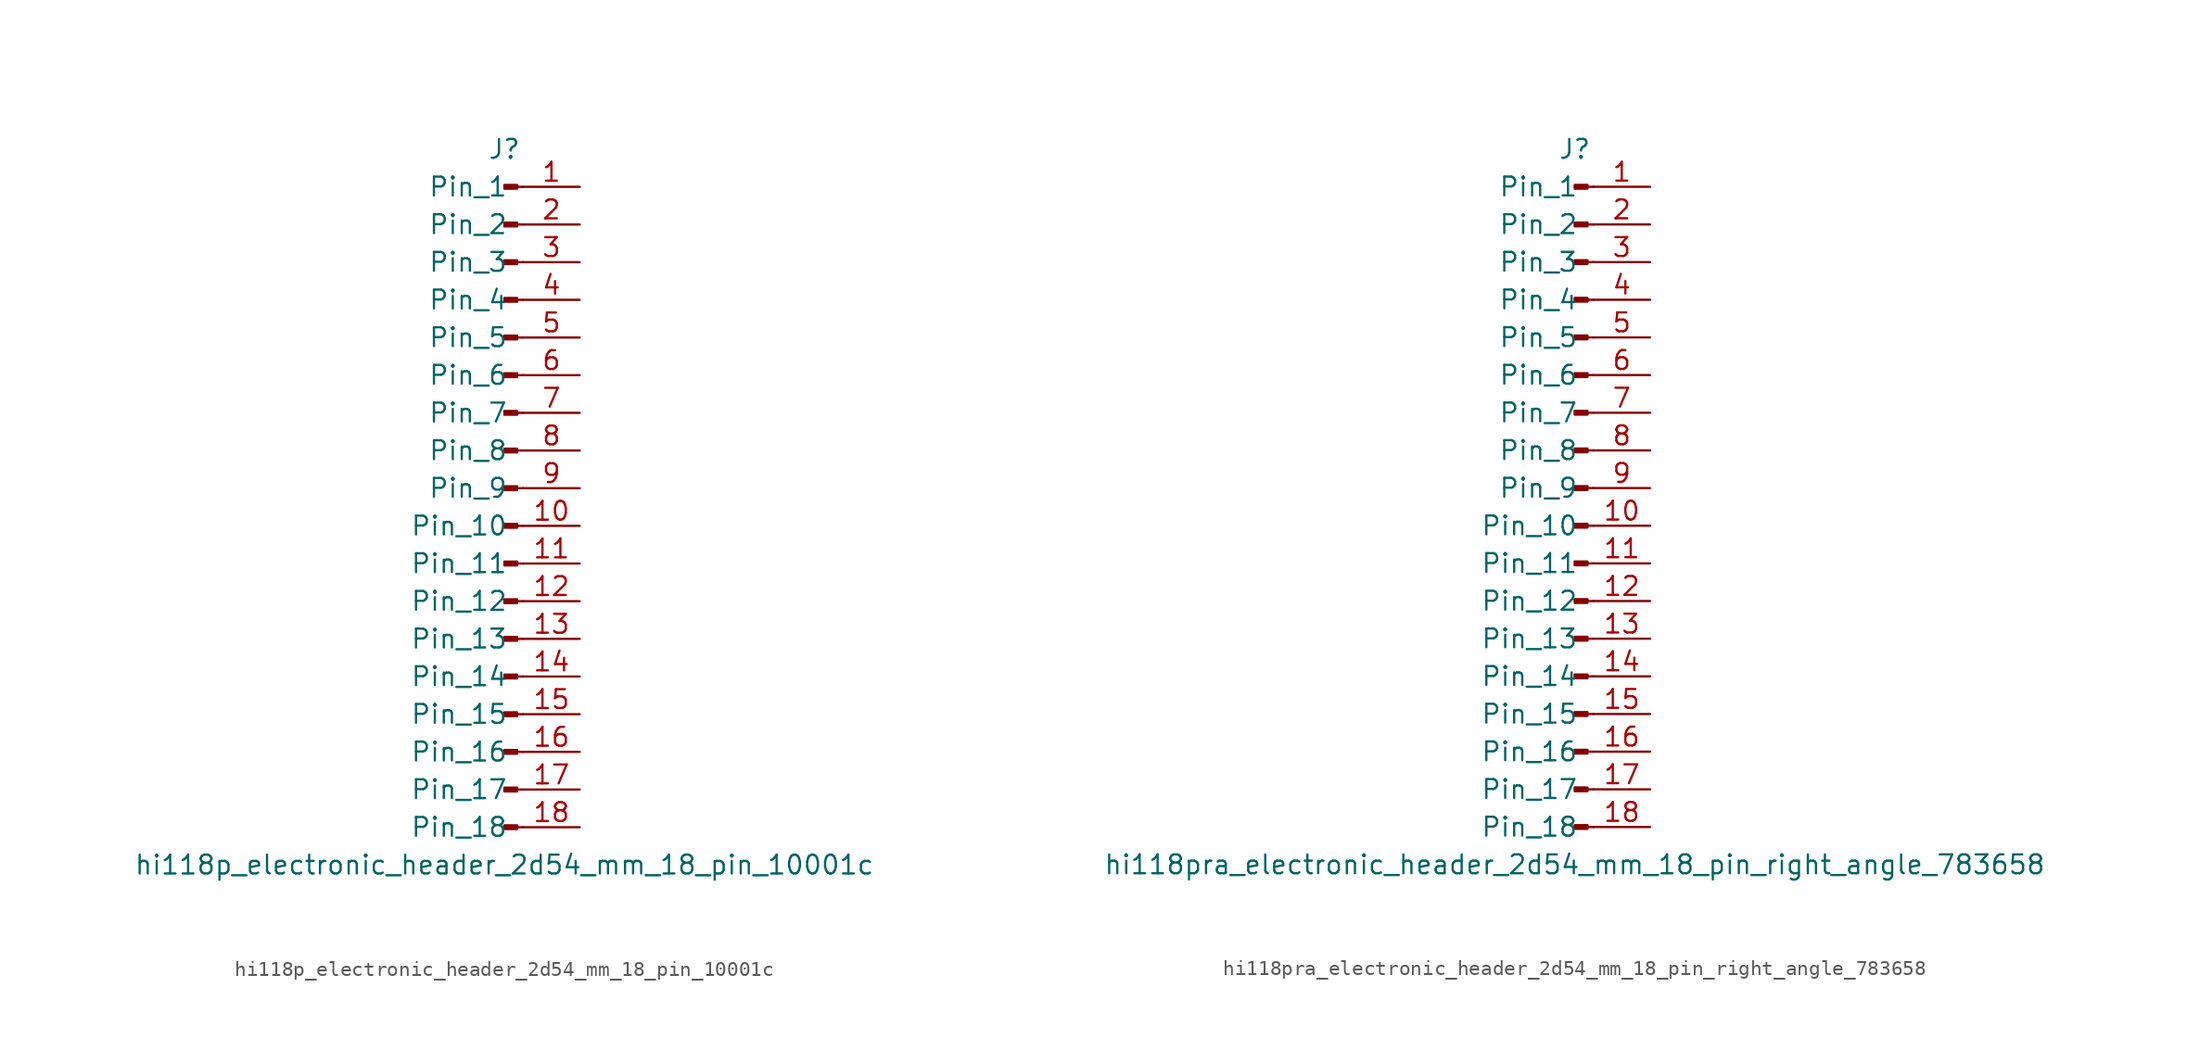
<source format=kicad_sym>
(kicad_symbol_lib
  (version 20220914)
  (generator kicad_symbol_editor)
  (symbol "hi118p_electronic_header_2d54_mm_18_pin_10001c"
    (pin_names
      (offset 1.016))
    (property "Reference" "J"
      (at 0 22.86 0)
      (effects (font (size 1.27 1.27))))
    (property "Value" "hi118p_electronic_header_2d54_mm_18_pin_10001c"
      (at 0 -25.4 0)
      (effects (font (size 1.27 1.27))))
    (property "ki_locked" ""
      (at 0 0 0)
      (effects (font (size 1.27 1.27))))
    (symbol "hi118p_electronic_header_2d54_mm_18_pin_10001c_1_1"
      (polyline (pts (xy 1.27 -22.86) (xy 0.864 -22.86)) (stroke (width 0.152) (type default)) (fill (type none)))
      (polyline (pts (xy 1.27 -20.32) (xy 0.864 -20.32)) (stroke (width 0.152) (type default)) (fill (type none)))
      (polyline (pts (xy 1.27 -17.78) (xy 0.864 -17.78)) (stroke (width 0.152) (type default)) (fill (type none)))
      (polyline (pts (xy 1.27 -15.24) (xy 0.864 -15.24)) (stroke (width 0.152) (type default)) (fill (type none)))
      (polyline (pts (xy 1.27 -12.7) (xy 0.864 -12.7)) (stroke (width 0.152) (type default)) (fill (type none)))
      (polyline (pts (xy 1.27 -10.16) (xy 0.864 -10.16)) (stroke (width 0.152) (type default)) (fill (type none)))
      (polyline (pts (xy 1.27 -7.62) (xy 0.864 -7.62)) (stroke (width 0.152) (type default)) (fill (type none)))
      (polyline (pts (xy 1.27 -5.08) (xy 0.864 -5.08)) (stroke (width 0.152) (type default)) (fill (type none)))
      (polyline (pts (xy 1.27 -2.54) (xy 0.864 -2.54)) (stroke (width 0.152) (type default)) (fill (type none)))
      (polyline (pts (xy 1.27 0) (xy 0.864 0)) (stroke (width 0.152) (type default)) (fill (type none)))
      (polyline (pts (xy 1.27 2.54) (xy 0.864 2.54)) (stroke (width 0.152) (type default)) (fill (type none)))
      (polyline (pts (xy 1.27 5.08) (xy 0.864 5.08)) (stroke (width 0.152) (type default)) (fill (type none)))
      (polyline (pts (xy 1.27 7.62) (xy 0.864 7.62)) (stroke (width 0.152) (type default)) (fill (type none)))
      (polyline (pts (xy 1.27 10.16) (xy 0.864 10.16)) (stroke (width 0.152) (type default)) (fill (type none)))
      (polyline (pts (xy 1.27 12.7) (xy 0.864 12.7)) (stroke (width 0.152) (type default)) (fill (type none)))
      (polyline (pts (xy 1.27 15.24) (xy 0.864 15.24)) (stroke (width 0.152) (type default)) (fill (type none)))
      (polyline (pts (xy 1.27 17.78) (xy 0.864 17.78)) (stroke (width 0.152) (type default)) (fill (type none)))
      (polyline (pts (xy 1.27 20.32) (xy 0.864 20.32)) (stroke (width 0.152) (type default)) (fill (type none)))
      (rectangle (start 0.864 -22.733) (end 0 -22.987) (stroke (width 0.152) (type default)) (fill (type outline)))
      (rectangle (start 0.864 -20.193) (end 0 -20.447) (stroke (width 0.152) (type default)) (fill (type outline)))
      (rectangle (start 0.864 -17.653) (end 0 -17.907) (stroke (width 0.152) (type default)) (fill (type outline)))
      (rectangle (start 0.864 -15.113) (end 0 -15.367) (stroke (width 0.152) (type default)) (fill (type outline)))
      (rectangle (start 0.864 -12.573) (end 0 -12.827) (stroke (width 0.152) (type default)) (fill (type outline)))
      (rectangle (start 0.864 -10.033) (end 0 -10.287) (stroke (width 0.152) (type default)) (fill (type outline)))
      (rectangle (start 0.864 -7.493) (end 0 -7.747) (stroke (width 0.152) (type default)) (fill (type outline)))
      (rectangle (start 0.864 -4.953) (end 0 -5.207) (stroke (width 0.152) (type default)) (fill (type outline)))
      (rectangle (start 0.864 -2.413) (end 0 -2.667) (stroke (width 0.152) (type default)) (fill (type outline)))
      (rectangle (start 0.864 0.127) (end 0 -0.127) (stroke (width 0.152) (type default)) (fill (type outline)))
      (rectangle (start 0.864 2.667) (end 0 2.413) (stroke (width 0.152) (type default)) (fill (type outline)))
      (rectangle (start 0.864 5.207) (end 0 4.953) (stroke (width 0.152) (type default)) (fill (type outline)))
      (rectangle (start 0.864 7.747) (end 0 7.493) (stroke (width 0.152) (type default)) (fill (type outline)))
      (rectangle (start 0.864 10.287) (end 0 10.033) (stroke (width 0.152) (type default)) (fill (type outline)))
      (rectangle (start 0.864 12.827) (end 0 12.573) (stroke (width 0.152) (type default)) (fill (type outline)))
      (rectangle (start 0.864 15.367) (end 0 15.113) (stroke (width 0.152) (type default)) (fill (type outline)))
      (rectangle (start 0.864 17.907) (end 0 17.653) (stroke (width 0.152) (type default)) (fill (type outline)))
      (rectangle (start 0.864 20.447) (end 0 20.193) (stroke (width 0.152) (type default)) (fill (type outline)))
      (pin passive line (at 5.08 20.32 180) (length 3.81) (name "Pin_1" (effects (font (size 1.27 1.27)))) (number "1" (effects (font (size 1.27 1.27)))))
      (pin passive line (at 5.08 -2.54 180) (length 3.81) (name "Pin_10" (effects (font (size 1.27 1.27)))) (number "10" (effects (font (size 1.27 1.27)))))
      (pin passive line (at 5.08 -5.08 180) (length 3.81) (name "Pin_11" (effects (font (size 1.27 1.27)))) (number "11" (effects (font (size 1.27 1.27)))))
      (pin passive line (at 5.08 -7.62 180) (length 3.81) (name "Pin_12" (effects (font (size 1.27 1.27)))) (number "12" (effects (font (size 1.27 1.27)))))
      (pin passive line (at 5.08 -10.16 180) (length 3.81) (name "Pin_13" (effects (font (size 1.27 1.27)))) (number "13" (effects (font (size 1.27 1.27)))))
      (pin passive line (at 5.08 -12.7 180) (length 3.81) (name "Pin_14" (effects (font (size 1.27 1.27)))) (number "14" (effects (font (size 1.27 1.27)))))
      (pin passive line (at 5.08 -15.24 180) (length 3.81) (name "Pin_15" (effects (font (size 1.27 1.27)))) (number "15" (effects (font (size 1.27 1.27)))))
      (pin passive line (at 5.08 -17.78 180) (length 3.81) (name "Pin_16" (effects (font (size 1.27 1.27)))) (number "16" (effects (font (size 1.27 1.27)))))
      (pin passive line (at 5.08 -20.32 180) (length 3.81) (name "Pin_17" (effects (font (size 1.27 1.27)))) (number "17" (effects (font (size 1.27 1.27)))))
      (pin passive line (at 5.08 -22.86 180) (length 3.81) (name "Pin_18" (effects (font (size 1.27 1.27)))) (number "18" (effects (font (size 1.27 1.27)))))
      (pin passive line (at 5.08 17.78 180) (length 3.81) (name "Pin_2" (effects (font (size 1.27 1.27)))) (number "2" (effects (font (size 1.27 1.27)))))
      (pin passive line (at 5.08 15.24 180) (length 3.81) (name "Pin_3" (effects (font (size 1.27 1.27)))) (number "3" (effects (font (size 1.27 1.27)))))
      (pin passive line (at 5.08 12.7 180) (length 3.81) (name "Pin_4" (effects (font (size 1.27 1.27)))) (number "4" (effects (font (size 1.27 1.27)))))
      (pin passive line (at 5.08 10.16 180) (length 3.81) (name "Pin_5" (effects (font (size 1.27 1.27)))) (number "5" (effects (font (size 1.27 1.27)))))
      (pin passive line (at 5.08 7.62 180) (length 3.81) (name "Pin_6" (effects (font (size 1.27 1.27)))) (number "6" (effects (font (size 1.27 1.27)))))
      (pin passive line (at 5.08 5.08 180) (length 3.81) (name "Pin_7" (effects (font (size 1.27 1.27)))) (number "7" (effects (font (size 1.27 1.27)))))
      (pin passive line (at 5.08 2.54 180) (length 3.81) (name "Pin_8" (effects (font (size 1.27 1.27)))) (number "8" (effects (font (size 1.27 1.27)))))
      (pin passive line (at 5.08 0 180) (length 3.81) (name "Pin_9" (effects (font (size 1.27 1.27)))) (number "9" (effects (font (size 1.27 1.27)))))))
  (symbol "hi118pra_electronic_header_2d54_mm_18_pin_right_angle_783658"
    (pin_names
      (offset 1.016))
    (property "Reference" "J"
      (at 0 22.86 0)
      (effects (font (size 1.27 1.27))))
    (property "Value" "hi118pra_electronic_header_2d54_mm_18_pin_right_angle_783658"
      (at 0 -25.4 0)
      (effects (font (size 1.27 1.27))))
    (property "ki_locked" ""
      (at 0 0 0)
      (effects (font (size 1.27 1.27))))
    (symbol "hi118pra_electronic_header_2d54_mm_18_pin_right_angle_783658_1_1"
      (polyline (pts (xy 1.27 -22.86) (xy 0.864 -22.86)) (stroke (width 0.152) (type default)) (fill (type none)))
      (polyline (pts (xy 1.27 -20.32) (xy 0.864 -20.32)) (stroke (width 0.152) (type default)) (fill (type none)))
      (polyline (pts (xy 1.27 -17.78) (xy 0.864 -17.78)) (stroke (width 0.152) (type default)) (fill (type none)))
      (polyline (pts (xy 1.27 -15.24) (xy 0.864 -15.24)) (stroke (width 0.152) (type default)) (fill (type none)))
      (polyline (pts (xy 1.27 -12.7) (xy 0.864 -12.7)) (stroke (width 0.152) (type default)) (fill (type none)))
      (polyline (pts (xy 1.27 -10.16) (xy 0.864 -10.16)) (stroke (width 0.152) (type default)) (fill (type none)))
      (polyline (pts (xy 1.27 -7.62) (xy 0.864 -7.62)) (stroke (width 0.152) (type default)) (fill (type none)))
      (polyline (pts (xy 1.27 -5.08) (xy 0.864 -5.08)) (stroke (width 0.152) (type default)) (fill (type none)))
      (polyline (pts (xy 1.27 -2.54) (xy 0.864 -2.54)) (stroke (width 0.152) (type default)) (fill (type none)))
      (polyline (pts (xy 1.27 0) (xy 0.864 0)) (stroke (width 0.152) (type default)) (fill (type none)))
      (polyline (pts (xy 1.27 2.54) (xy 0.864 2.54)) (stroke (width 0.152) (type default)) (fill (type none)))
      (polyline (pts (xy 1.27 5.08) (xy 0.864 5.08)) (stroke (width 0.152) (type default)) (fill (type none)))
      (polyline (pts (xy 1.27 7.62) (xy 0.864 7.62)) (stroke (width 0.152) (type default)) (fill (type none)))
      (polyline (pts (xy 1.27 10.16) (xy 0.864 10.16)) (stroke (width 0.152) (type default)) (fill (type none)))
      (polyline (pts (xy 1.27 12.7) (xy 0.864 12.7)) (stroke (width 0.152) (type default)) (fill (type none)))
      (polyline (pts (xy 1.27 15.24) (xy 0.864 15.24)) (stroke (width 0.152) (type default)) (fill (type none)))
      (polyline (pts (xy 1.27 17.78) (xy 0.864 17.78)) (stroke (width 0.152) (type default)) (fill (type none)))
      (polyline (pts (xy 1.27 20.32) (xy 0.864 20.32)) (stroke (width 0.152) (type default)) (fill (type none)))
      (rectangle (start 0.864 -22.733) (end 0 -22.987) (stroke (width 0.152) (type default)) (fill (type outline)))
      (rectangle (start 0.864 -20.193) (end 0 -20.447) (stroke (width 0.152) (type default)) (fill (type outline)))
      (rectangle (start 0.864 -17.653) (end 0 -17.907) (stroke (width 0.152) (type default)) (fill (type outline)))
      (rectangle (start 0.864 -15.113) (end 0 -15.367) (stroke (width 0.152) (type default)) (fill (type outline)))
      (rectangle (start 0.864 -12.573) (end 0 -12.827) (stroke (width 0.152) (type default)) (fill (type outline)))
      (rectangle (start 0.864 -10.033) (end 0 -10.287) (stroke (width 0.152) (type default)) (fill (type outline)))
      (rectangle (start 0.864 -7.493) (end 0 -7.747) (stroke (width 0.152) (type default)) (fill (type outline)))
      (rectangle (start 0.864 -4.953) (end 0 -5.207) (stroke (width 0.152) (type default)) (fill (type outline)))
      (rectangle (start 0.864 -2.413) (end 0 -2.667) (stroke (width 0.152) (type default)) (fill (type outline)))
      (rectangle (start 0.864 0.127) (end 0 -0.127) (stroke (width 0.152) (type default)) (fill (type outline)))
      (rectangle (start 0.864 2.667) (end 0 2.413) (stroke (width 0.152) (type default)) (fill (type outline)))
      (rectangle (start 0.864 5.207) (end 0 4.953) (stroke (width 0.152) (type default)) (fill (type outline)))
      (rectangle (start 0.864 7.747) (end 0 7.493) (stroke (width 0.152) (type default)) (fill (type outline)))
      (rectangle (start 0.864 10.287) (end 0 10.033) (stroke (width 0.152) (type default)) (fill (type outline)))
      (rectangle (start 0.864 12.827) (end 0 12.573) (stroke (width 0.152) (type default)) (fill (type outline)))
      (rectangle (start 0.864 15.367) (end 0 15.113) (stroke (width 0.152) (type default)) (fill (type outline)))
      (rectangle (start 0.864 17.907) (end 0 17.653) (stroke (width 0.152) (type default)) (fill (type outline)))
      (rectangle (start 0.864 20.447) (end 0 20.193) (stroke (width 0.152) (type default)) (fill (type outline)))
      (pin passive line (at 5.08 20.32 180) (length 3.81) (name "Pin_1" (effects (font (size 1.27 1.27)))) (number "1" (effects (font (size 1.27 1.27)))))
      (pin passive line (at 5.08 -2.54 180) (length 3.81) (name "Pin_10" (effects (font (size 1.27 1.27)))) (number "10" (effects (font (size 1.27 1.27)))))
      (pin passive line (at 5.08 -5.08 180) (length 3.81) (name "Pin_11" (effects (font (size 1.27 1.27)))) (number "11" (effects (font (size 1.27 1.27)))))
      (pin passive line (at 5.08 -7.62 180) (length 3.81) (name "Pin_12" (effects (font (size 1.27 1.27)))) (number "12" (effects (font (size 1.27 1.27)))))
      (pin passive line (at 5.08 -10.16 180) (length 3.81) (name "Pin_13" (effects (font (size 1.27 1.27)))) (number "13" (effects (font (size 1.27 1.27)))))
      (pin passive line (at 5.08 -12.7 180) (length 3.81) (name "Pin_14" (effects (font (size 1.27 1.27)))) (number "14" (effects (font (size 1.27 1.27)))))
      (pin passive line (at 5.08 -15.24 180) (length 3.81) (name "Pin_15" (effects (font (size 1.27 1.27)))) (number "15" (effects (font (size 1.27 1.27)))))
      (pin passive line (at 5.08 -17.78 180) (length 3.81) (name "Pin_16" (effects (font (size 1.27 1.27)))) (number "16" (effects (font (size 1.27 1.27)))))
      (pin passive line (at 5.08 -20.32 180) (length 3.81) (name "Pin_17" (effects (font (size 1.27 1.27)))) (number "17" (effects (font (size 1.27 1.27)))))
      (pin passive line (at 5.08 -22.86 180) (length 3.81) (name "Pin_18" (effects (font (size 1.27 1.27)))) (number "18" (effects (font (size 1.27 1.27)))))
      (pin passive line (at 5.08 17.78 180) (length 3.81) (name "Pin_2" (effects (font (size 1.27 1.27)))) (number "2" (effects (font (size 1.27 1.27)))))
      (pin passive line (at 5.08 15.24 180) (length 3.81) (name "Pin_3" (effects (font (size 1.27 1.27)))) (number "3" (effects (font (size 1.27 1.27)))))
      (pin passive line (at 5.08 12.7 180) (length 3.81) (name "Pin_4" (effects (font (size 1.27 1.27)))) (number "4" (effects (font (size 1.27 1.27)))))
      (pin passive line (at 5.08 10.16 180) (length 3.81) (name "Pin_5" (effects (font (size 1.27 1.27)))) (number "5" (effects (font (size 1.27 1.27)))))
      (pin passive line (at 5.08 7.62 180) (length 3.81) (name "Pin_6" (effects (font (size 1.27 1.27)))) (number "6" (effects (font (size 1.27 1.27)))))
      (pin passive line (at 5.08 5.08 180) (length 3.81) (name "Pin_7" (effects (font (size 1.27 1.27)))) (number "7" (effects (font (size 1.27 1.27)))))
      (pin passive line (at 5.08 2.54 180) (length 3.81) (name "Pin_8" (effects (font (size 1.27 1.27)))) (number "8" (effects (font (size 1.27 1.27)))))
      (pin passive line (at 5.08 0 180) (length 3.81) (name "Pin_9" (effects (font (size 1.27 1.27)))) (number "9" (effects (font (size 1.27 1.27))))))))
</source>
